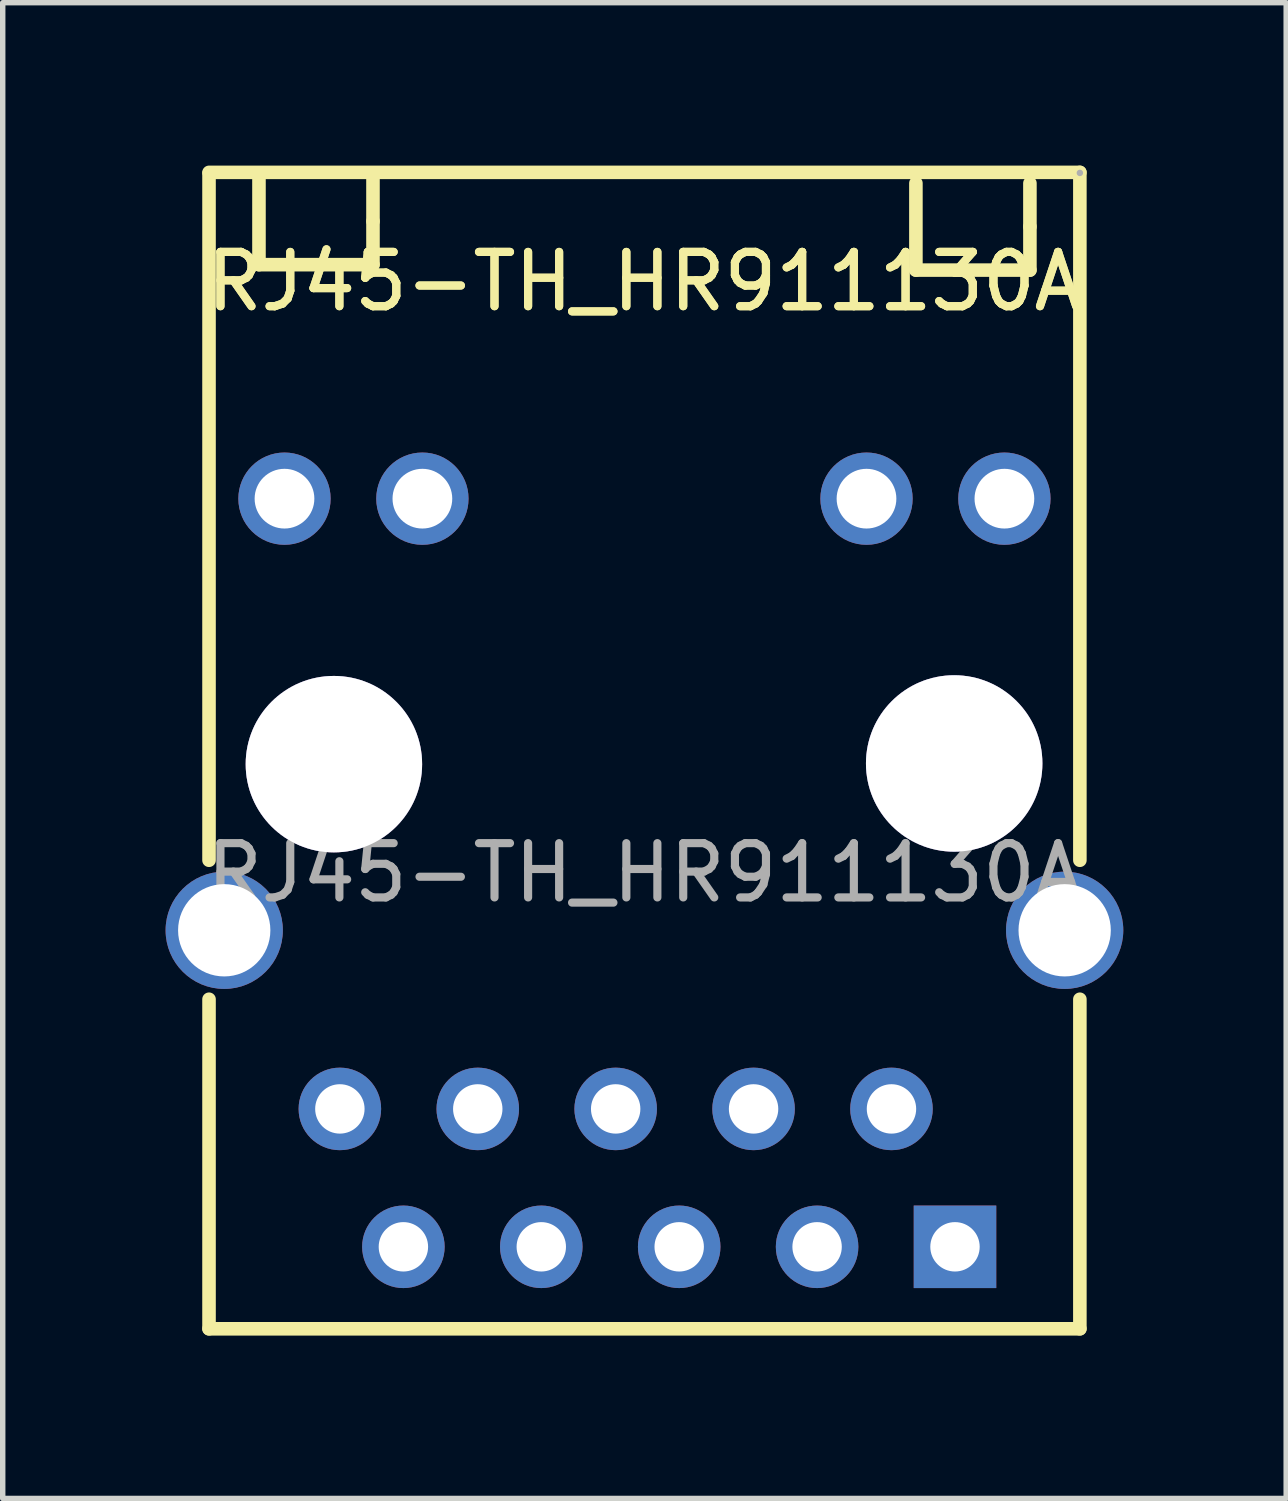
<source format=kicad_pcb>
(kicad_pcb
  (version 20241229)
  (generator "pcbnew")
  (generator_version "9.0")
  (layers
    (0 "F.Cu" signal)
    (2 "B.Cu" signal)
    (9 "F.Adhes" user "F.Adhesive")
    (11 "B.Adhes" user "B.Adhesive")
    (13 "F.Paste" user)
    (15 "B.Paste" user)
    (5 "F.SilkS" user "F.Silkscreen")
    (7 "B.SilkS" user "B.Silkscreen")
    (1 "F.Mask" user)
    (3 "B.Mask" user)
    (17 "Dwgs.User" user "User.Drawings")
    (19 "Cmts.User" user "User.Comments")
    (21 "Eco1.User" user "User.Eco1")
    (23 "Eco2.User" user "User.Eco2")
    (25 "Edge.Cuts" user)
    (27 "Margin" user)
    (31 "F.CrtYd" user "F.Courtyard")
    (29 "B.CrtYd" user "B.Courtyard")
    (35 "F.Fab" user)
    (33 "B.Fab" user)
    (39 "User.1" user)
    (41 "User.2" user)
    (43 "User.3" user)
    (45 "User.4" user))
  (footprint "RJ45-TH_HR911130A"
    (layer "F.Cu")
    (at 8.82 13.025)
    (property "Reference" "RJ45-TH_HR911130A" (at 0 -10.89 0) (layer "F.SilkS") (effects (font (size 1 1) (thickness 0.15))))
    (attr through_hole)
    (fp_line (start -8.02 -12.9) (end 8.02 -12.9) (stroke (width 0.25) (type solid)) (layer "F.SilkS"))
    (fp_line (start -8.02 -0.23) (end -8.02 -12.88) (stroke (width 0.25) (type solid)) (layer "F.SilkS"))
    (fp_line (start -8.02 8.4) (end -8.02 2.33) (stroke (width 0.25) (type solid)) (layer "F.SilkS"))
    (fp_line (start -7.1 -12.8) (end -7.1 -11.2) (stroke (width 0.25) (type solid)) (layer "F.SilkS"))
    (fp_line (start -7.1 -11.2) (end -5 -11.2) (stroke (width 0.25) (type solid)) (layer "F.SilkS"))
    (fp_line (start -5 -12) (end -5 -12.8) (stroke (width 0.25) (type solid)) (layer "F.SilkS"))
    (fp_line (start -5 -11.2) (end -5 -12) (stroke (width 0.25) (type solid)) (layer "F.SilkS"))
    (fp_line (start 5 -12.7) (end 5 -11.1) (stroke (width 0.25) (type solid)) (layer "F.SilkS"))
    (fp_line (start 5 -11.1) (end 7.1 -11.1) (stroke (width 0.25) (type solid)) (layer "F.SilkS"))
    (fp_line (start 7.1 -11.9) (end 7.1 -12.7) (stroke (width 0.25) (type solid)) (layer "F.SilkS"))
    (fp_line (start 7.1 -11.1) (end 7.1 -11.9) (stroke (width 0.25) (type solid)) (layer "F.SilkS"))
    (fp_line (start 8.02 -12.9) (end 8.02 -0.23) (stroke (width 0.25) (type solid)) (layer "F.SilkS"))
    (fp_line (start 8.02 2.33) (end 8.02 8.4) (stroke (width 0.25) (type solid)) (layer "F.SilkS"))
    (fp_line (start 8.02 8.4) (end -8.02 8.4) (stroke (width 0.25) (type solid)) (layer "F.SilkS"))
    (fp_circle (center -5.7 -2) (end -4.95 -2) (stroke (width 1.5) (type solid)) (fill no) (layer "Cmts.User"))
    (fp_circle (center 5.7 -2) (end 6.45 -2) (stroke (width 1.5) (type solid)) (fill no) (layer "Cmts.User"))
    (fp_circle (center 8.02 -12.89) (end 8.05 -12.89) (stroke (width 0.06) (type solid)) (fill no) (layer "F.Fab"))
    (fp_text user "${REFERENCE}" (at 0 -10.89 0) (layer "F.SilkS") (effects (font (size 1 1) (thickness 0.15))))
    (fp_text user "${REFERENCE}" (at 0 0 0) (layer "F.Fab") (effects (font (size 1 1) (thickness 0.15))))
    (pad "" thru_hole circle (at -5.72 -2) (size 3.25 3.25) (drill 3.25) (layers "*.Cu" "*.Mask"))
    (pad "" thru_hole circle (at 5.705 -2.013) (size 3.25 3.25) (drill 3.25) (layers "*.Cu" "*.Mask"))
    (pad "11" thru_hole circle (at 6.63 -6.89 180) (size 1.7 1.7) (drill 1.1) (layers "*.Cu" "*.Mask"))
    (pad "12" thru_hole circle (at 4.09 -6.89 180) (size 1.7 1.7) (drill 1.1) (layers "*.Cu" "*.Mask"))
    (pad "13" thru_hole circle (at -4.09 -6.89 180) (size 1.7 1.7) (drill 1.1) (layers "*.Cu" "*.Mask"))
    (pad "14" thru_hole circle (at -6.63 -6.89 180) (size 1.7 1.7) (drill 1.1) (layers "*.Cu" "*.Mask"))
    (pad "P1" thru_hole rect (at 5.72 6.89 180) (size 1.52 1.52) (drill 0.91) (layers "*.Cu" "*.Mask"))
    (pad "P2" thru_hole circle (at 4.55 4.35 180) (size 1.52 1.52) (drill 0.91) (layers "*.Cu" "*.Mask"))
    (pad "P3" thru_hole circle (at 3.18 6.89 180) (size 1.52 1.52) (drill 0.91) (layers "*.Cu" "*.Mask"))
    (pad "P4" thru_hole circle (at 2.01 4.35 180) (size 1.52 1.52) (drill 0.91) (layers "*.Cu" "*.Mask"))
    (pad "P5" thru_hole circle (at 0.64 6.89 180) (size 1.52 1.52) (drill 0.91) (layers "*.Cu" "*.Mask"))
    (pad "P6" thru_hole circle (at -0.53 4.35 180) (size 1.52 1.52) (drill 0.91) (layers "*.Cu" "*.Mask"))
    (pad "P7" thru_hole circle (at -1.9 6.89 180) (size 1.52 1.52) (drill 0.91) (layers "*.Cu" "*.Mask"))
    (pad "P8" thru_hole circle (at -3.07 4.35 180) (size 1.52 1.52) (drill 0.91) (layers "*.Cu" "*.Mask"))
    (pad "P9" thru_hole circle (at -4.44 6.89 180) (size 1.52 1.52) (drill 0.91) (layers "*.Cu" "*.Mask"))
    (pad "P10" thru_hole circle (at -5.61 4.35 180) (size 1.52 1.52) (drill 0.91) (layers "*.Cu" "*.Mask"))
    (pad "SHIELD0" thru_hole circle (at -7.74 1.06 180) (size 2.16 2.16) (drill 1.7) (layers "*.Cu" "*.Mask"))
    (pad "SHIELD1" thru_hole circle (at 7.74 1.06 180) (size 2.16 2.16) (drill 1.7) (layers "*.Cu" "*.Mask")))
  (gr_rect
    (start -3 -3)
    (end 20.64 24.55)
    (stroke (width 0.1) (type default))
    (fill no)
    (layer "Edge.Cuts")))
</source>
